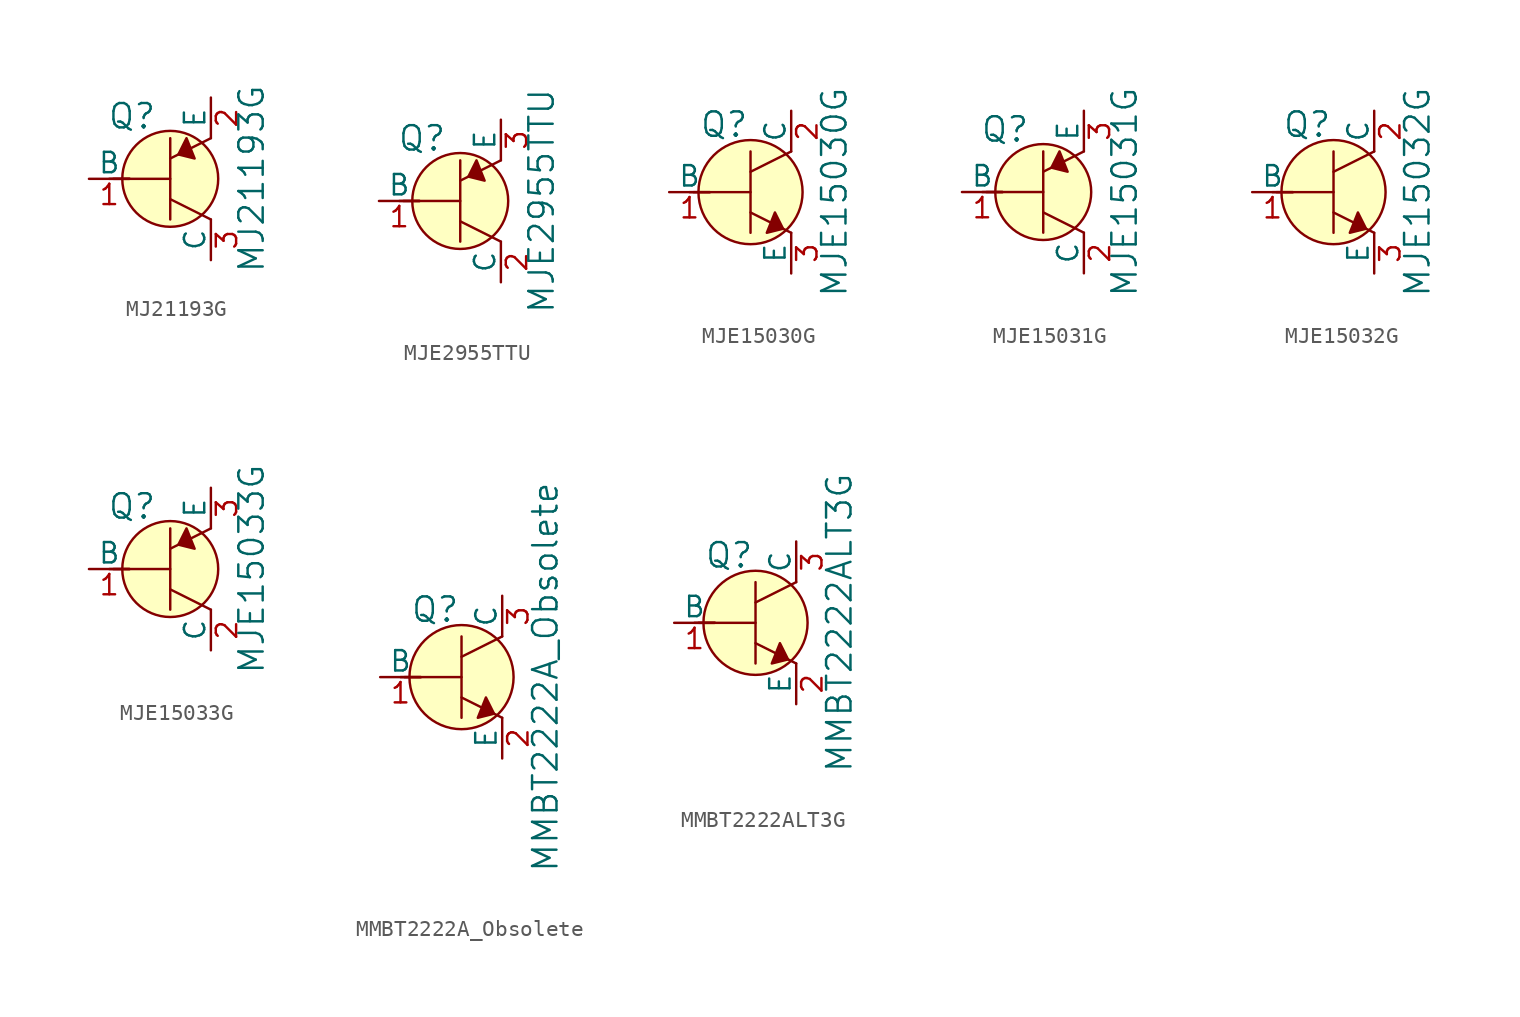
<source format=kicad_sym>
(kicad_symbol_lib
  (version 20220914)
  (generator kicad_symbol_editor)
  (symbol "MJ21193G"
    (pin_names
      (offset 0))
    (property "Reference" "Q"
      (at -2.388 3.912 0)
      (effects (font (size 1.524 1.524))))
    (property "Value" "MJ21193G"
      (at 5.08 0 90)
      (effects (font (size 1.524 1.524))))
    (symbol "MJ21193G_0_1"
      (polyline (pts (xy -3.81 0) (xy -2.54 0)) (stroke (width 0) (type default)) (fill (type none)))
      (polyline (pts (xy -3.556 0) (xy 0 0)) (stroke (width 0) (type default)) (fill (type none)))
      (polyline (pts (xy 0 -1.27) (xy 2.54 -2.54)) (stroke (width 0) (type default)) (fill (type none)))
      (polyline (pts (xy 0 1.27) (xy 2.54 2.54)) (stroke (width 0) (type default)) (fill (type none)))
      (polyline (pts (xy 0 2.54) (xy 0 -2.54)) (stroke (width 0) (type default)) (fill (type none)))
      (polyline (pts (xy 1.016 2.54) (xy 0.508 1.524) (xy 1.524 1.27) (xy 1.016 2.54)) (stroke (width 0) (type default)) (fill (type outline)))
      (circle (center 0 0) (radius 2.997) (stroke (width 0) (type default)) (fill (type background))))
    (symbol "MJ21193G_1_1"
      (pin input line (at -5.08 0 0) (length 2.54) (name "B" (effects (font (size 1.27 1.27)))) (number "1" (effects (font (size 1.27 1.27)))))
      (pin passive line (at 2.54 5.08 270) (length 2.54) (name "E" (effects (font (size 1.27 1.27)))) (number "2" (effects (font (size 1.27 1.27)))))
      (pin passive line (at 2.54 -5.08 90) (length 2.54) (name "C" (effects (font (size 1.27 1.27)))) (number "3" (effects (font (size 1.27 1.27)))))))
  (symbol "MJE2955TTU"
    (pin_names
      (offset 0))
    (property "Reference" "Q"
      (at -2.388 3.912 0)
      (effects (font (size 1.524 1.524))))
    (property "Value" "MJE2955TTU"
      (at 5.08 0 90)
      (effects (font (size 1.524 1.524))))
    (symbol "MJE2955TTU_0_1"
      (polyline (pts (xy -3.81 0) (xy -2.54 0)) (stroke (width 0) (type default)) (fill (type none)))
      (polyline (pts (xy -3.556 0) (xy 0 0)) (stroke (width 0) (type default)) (fill (type none)))
      (polyline (pts (xy 0 -1.27) (xy 2.54 -2.54)) (stroke (width 0) (type default)) (fill (type none)))
      (polyline (pts (xy 0 1.27) (xy 2.54 2.54)) (stroke (width 0) (type default)) (fill (type none)))
      (polyline (pts (xy 0 2.54) (xy 0 -2.54)) (stroke (width 0) (type default)) (fill (type none)))
      (polyline (pts (xy 1.016 2.54) (xy 0.508 1.524) (xy 1.524 1.27) (xy 1.016 2.54)) (stroke (width 0) (type default)) (fill (type outline)))
      (circle (center 0 0) (radius 2.997) (stroke (width 0) (type default)) (fill (type background))))
    (symbol "MJE2955TTU_1_1"
      (pin input line (at -5.08 0 0) (length 2.54) (name "B" (effects (font (size 1.27 1.27)))) (number "1" (effects (font (size 1.27 1.27)))))
      (pin passive line (at 2.54 -5.08 90) (length 2.54) (name "C" (effects (font (size 1.27 1.27)))) (number "2" (effects (font (size 1.27 1.27)))))
      (pin passive line (at 2.54 5.08 270) (length 2.54) (name "E" (effects (font (size 1.27 1.27)))) (number "3" (effects (font (size 1.27 1.27)))))))
  (symbol "MJE15030G"
    (pin_names
      (offset 0))
    (property "Reference" "Q"
      (at -3.2 4.216 0)
      (effects (font (size 1.524 1.524)) (justify left)))
    (property "Value" "MJE15030G"
      (at 5.232 0 90)
      (effects (font (size 1.524 1.524))))
    (symbol "MJE15030G_0_1"
      (polyline (pts (xy -3.81 0) (xy -2.54 0)) (stroke (width 0) (type default)) (fill (type none)))
      (polyline (pts (xy -3.556 0) (xy 0 0)) (stroke (width 0) (type default)) (fill (type none)))
      (polyline (pts (xy 0 -1.27) (xy 2.54 -2.54)) (stroke (width 0) (type default)) (fill (type none)))
      (polyline (pts (xy 0 1.27) (xy 2.54 2.54)) (stroke (width 0) (type default)) (fill (type none)))
      (polyline (pts (xy 0 2.54) (xy 0 -2.54)) (stroke (width 0) (type default)) (fill (type none)))
      (polyline (pts (xy 1.524 -1.27) (xy 2.032 -2.286) (xy 1.016 -2.54) (xy 1.524 -1.27)) (stroke (width 0) (type default)) (fill (type outline)))
      (circle (center 0 0) (radius 3.251) (stroke (width 0) (type default)) (fill (type background))))
    (symbol "MJE15030G_1_1"
      (pin input line (at -5.08 0 0) (length 2.54) (name "B" (effects (font (size 1.27 1.27)))) (number "1" (effects (font (size 1.27 1.27)))))
      (pin passive line (at 2.54 5.08 270) (length 2.54) (name "C" (effects (font (size 1.27 1.27)))) (number "2" (effects (font (size 1.27 1.27)))))
      (pin passive line (at 2.54 -5.08 90) (length 2.54) (name "E" (effects (font (size 1.27 1.27)))) (number "3" (effects (font (size 1.27 1.27)))))))
  (symbol "MJE15031G"
    (pin_names
      (offset 0))
    (property "Reference" "Q"
      (at -2.388 3.912 0)
      (effects (font (size 1.524 1.524))))
    (property "Value" "MJE15031G"
      (at 5.08 0 90)
      (effects (font (size 1.524 1.524))))
    (symbol "MJE15031G_0_1"
      (polyline (pts (xy -3.81 0) (xy -2.54 0)) (stroke (width 0) (type default)) (fill (type none)))
      (polyline (pts (xy -3.556 0) (xy 0 0)) (stroke (width 0) (type default)) (fill (type none)))
      (polyline (pts (xy 0 -1.27) (xy 2.54 -2.54)) (stroke (width 0) (type default)) (fill (type none)))
      (polyline (pts (xy 0 1.27) (xy 2.54 2.54)) (stroke (width 0) (type default)) (fill (type none)))
      (polyline (pts (xy 0 2.54) (xy 0 -2.54)) (stroke (width 0) (type default)) (fill (type none)))
      (polyline (pts (xy 1.016 2.54) (xy 0.508 1.524) (xy 1.524 1.27) (xy 1.016 2.54)) (stroke (width 0) (type default)) (fill (type outline)))
      (circle (center 0 0) (radius 2.997) (stroke (width 0) (type default)) (fill (type background))))
    (symbol "MJE15031G_1_1"
      (pin input line (at -5.08 0 0) (length 2.54) (name "B" (effects (font (size 1.27 1.27)))) (number "1" (effects (font (size 1.27 1.27)))))
      (pin passive line (at 2.54 -5.08 90) (length 2.54) (name "C" (effects (font (size 1.27 1.27)))) (number "2" (effects (font (size 1.27 1.27)))))
      (pin passive line (at 2.54 5.08 270) (length 2.54) (name "E" (effects (font (size 1.27 1.27)))) (number "3" (effects (font (size 1.27 1.27)))))))
  (symbol "MJE15032G"
    (pin_names
      (offset 0))
    (property "Reference" "Q"
      (at -3.2 4.216 0)
      (effects (font (size 1.524 1.524)) (justify left)))
    (property "Value" "MJE15032G"
      (at 5.232 0 90)
      (effects (font (size 1.524 1.524))))
    (symbol "MJE15032G_0_1"
      (polyline (pts (xy -3.81 0) (xy -2.54 0)) (stroke (width 0) (type default)) (fill (type none)))
      (polyline (pts (xy -3.556 0) (xy 0 0)) (stroke (width 0) (type default)) (fill (type none)))
      (polyline (pts (xy 0 -1.27) (xy 2.54 -2.54)) (stroke (width 0) (type default)) (fill (type none)))
      (polyline (pts (xy 0 1.27) (xy 2.54 2.54)) (stroke (width 0) (type default)) (fill (type none)))
      (polyline (pts (xy 0 2.54) (xy 0 -2.54)) (stroke (width 0) (type default)) (fill (type none)))
      (polyline (pts (xy 1.524 -1.27) (xy 2.032 -2.286) (xy 1.016 -2.54) (xy 1.524 -1.27)) (stroke (width 0) (type default)) (fill (type outline)))
      (circle (center 0 0) (radius 3.251) (stroke (width 0) (type default)) (fill (type background))))
    (symbol "MJE15032G_1_1"
      (pin input line (at -5.08 0 0) (length 2.54) (name "B" (effects (font (size 1.27 1.27)))) (number "1" (effects (font (size 1.27 1.27)))))
      (pin passive line (at 2.54 5.08 270) (length 2.54) (name "C" (effects (font (size 1.27 1.27)))) (number "2" (effects (font (size 1.27 1.27)))))
      (pin passive line (at 2.54 -5.08 90) (length 2.54) (name "E" (effects (font (size 1.27 1.27)))) (number "3" (effects (font (size 1.27 1.27)))))))
  (symbol "MJE15033G"
    (pin_names
      (offset 0))
    (property "Reference" "Q"
      (at -2.388 3.912 0)
      (effects (font (size 1.524 1.524))))
    (property "Value" "MJE15033G"
      (at 5.08 0 90)
      (effects (font (size 1.524 1.524))))
    (symbol "MJE15033G_0_1"
      (polyline (pts (xy -3.81 0) (xy -2.54 0)) (stroke (width 0) (type default)) (fill (type none)))
      (polyline (pts (xy -3.556 0) (xy 0 0)) (stroke (width 0) (type default)) (fill (type none)))
      (polyline (pts (xy 0 -1.27) (xy 2.54 -2.54)) (stroke (width 0) (type default)) (fill (type none)))
      (polyline (pts (xy 0 1.27) (xy 2.54 2.54)) (stroke (width 0) (type default)) (fill (type none)))
      (polyline (pts (xy 0 2.54) (xy 0 -2.54)) (stroke (width 0) (type default)) (fill (type none)))
      (polyline (pts (xy 1.016 2.54) (xy 0.508 1.524) (xy 1.524 1.27) (xy 1.016 2.54)) (stroke (width 0) (type default)) (fill (type outline)))
      (circle (center 0 0) (radius 2.997) (stroke (width 0) (type default)) (fill (type background))))
    (symbol "MJE15033G_1_1"
      (pin input line (at -5.08 0 0) (length 2.54) (name "B" (effects (font (size 1.27 1.27)))) (number "1" (effects (font (size 1.27 1.27)))))
      (pin passive line (at 2.54 -5.08 90) (length 2.54) (name "C" (effects (font (size 1.27 1.27)))) (number "2" (effects (font (size 1.27 1.27)))))
      (pin passive line (at 2.54 5.08 270) (length 2.54) (name "E" (effects (font (size 1.27 1.27)))) (number "3" (effects (font (size 1.27 1.27)))))))
  (symbol "MMBT2222A_Obsolete"
    (pin_names
      (offset 0))
    (property "Reference" "Q"
      (at -3.2 4.216 0)
      (effects (font (size 1.524 1.524)) (justify left)))
    (property "Value" "MMBT2222A_Obsolete"
      (at 5.232 0 90)
      (effects (font (size 1.524 1.524))))
    (symbol "MMBT2222A_Obsolete_0_1"
      (polyline (pts (xy -3.81 0) (xy -2.54 0)) (stroke (width 0) (type default)) (fill (type none)))
      (polyline (pts (xy -3.556 0) (xy 0 0)) (stroke (width 0) (type default)) (fill (type none)))
      (polyline (pts (xy 0 -1.27) (xy 2.54 -2.54)) (stroke (width 0) (type default)) (fill (type none)))
      (polyline (pts (xy 0 1.27) (xy 2.54 2.54)) (stroke (width 0) (type default)) (fill (type none)))
      (polyline (pts (xy 0 2.54) (xy 0 -2.54)) (stroke (width 0) (type default)) (fill (type none)))
      (polyline (pts (xy 1.524 -1.27) (xy 2.032 -2.286) (xy 1.016 -2.54) (xy 1.524 -1.27)) (stroke (width 0) (type default)) (fill (type outline)))
      (circle (center 0 0) (radius 3.251) (stroke (width 0) (type default)) (fill (type background))))
    (symbol "MMBT2222A_Obsolete_1_1"
      (pin input line (at -5.08 0 0) (length 2.54) (name "B" (effects (font (size 1.27 1.27)))) (number "1" (effects (font (size 1.27 1.27)))))
      (pin passive line (at 2.54 -5.08 90) (length 2.54) (name "E" (effects (font (size 1.27 1.27)))) (number "2" (effects (font (size 1.27 1.27)))))
      (pin passive line (at 2.54 5.08 270) (length 2.54) (name "C" (effects (font (size 1.27 1.27)))) (number "3" (effects (font (size 1.27 1.27)))))))
  (symbol "MMBT2222ALT3G"
    (pin_names
      (offset 0))
    (property "Reference" "Q"
      (at -3.2 4.216 0)
      (effects (font (size 1.524 1.524)) (justify left)))
    (property "Value" "MMBT2222ALT3G"
      (at 5.232 0 90)
      (effects (font (size 1.524 1.524))))
    (symbol "MMBT2222ALT3G_0_1"
      (polyline (pts (xy -3.81 0) (xy -2.54 0)) (stroke (width 0) (type default)) (fill (type none)))
      (polyline (pts (xy -3.556 0) (xy 0 0)) (stroke (width 0) (type default)) (fill (type none)))
      (polyline (pts (xy 0 -1.27) (xy 2.54 -2.54)) (stroke (width 0) (type default)) (fill (type none)))
      (polyline (pts (xy 0 1.27) (xy 2.54 2.54)) (stroke (width 0) (type default)) (fill (type none)))
      (polyline (pts (xy 0 2.54) (xy 0 -2.54)) (stroke (width 0) (type default)) (fill (type none)))
      (polyline (pts (xy 1.524 -1.27) (xy 2.032 -2.286) (xy 1.016 -2.54) (xy 1.524 -1.27)) (stroke (width 0) (type default)) (fill (type outline)))
      (circle (center 0 0) (radius 3.251) (stroke (width 0) (type default)) (fill (type background))))
    (symbol "MMBT2222ALT3G_1_1"
      (pin input line (at -5.08 0 0) (length 2.54) (name "B" (effects (font (size 1.27 1.27)))) (number "1" (effects (font (size 1.27 1.27)))))
      (pin passive line (at 2.54 -5.08 90) (length 2.54) (name "E" (effects (font (size 1.27 1.27)))) (number "2" (effects (font (size 1.27 1.27)))))
      (pin passive line (at 2.54 5.08 270) (length 2.54) (name "C" (effects (font (size 1.27 1.27)))) (number "3" (effects (font (size 1.27 1.27))))))))
</source>
